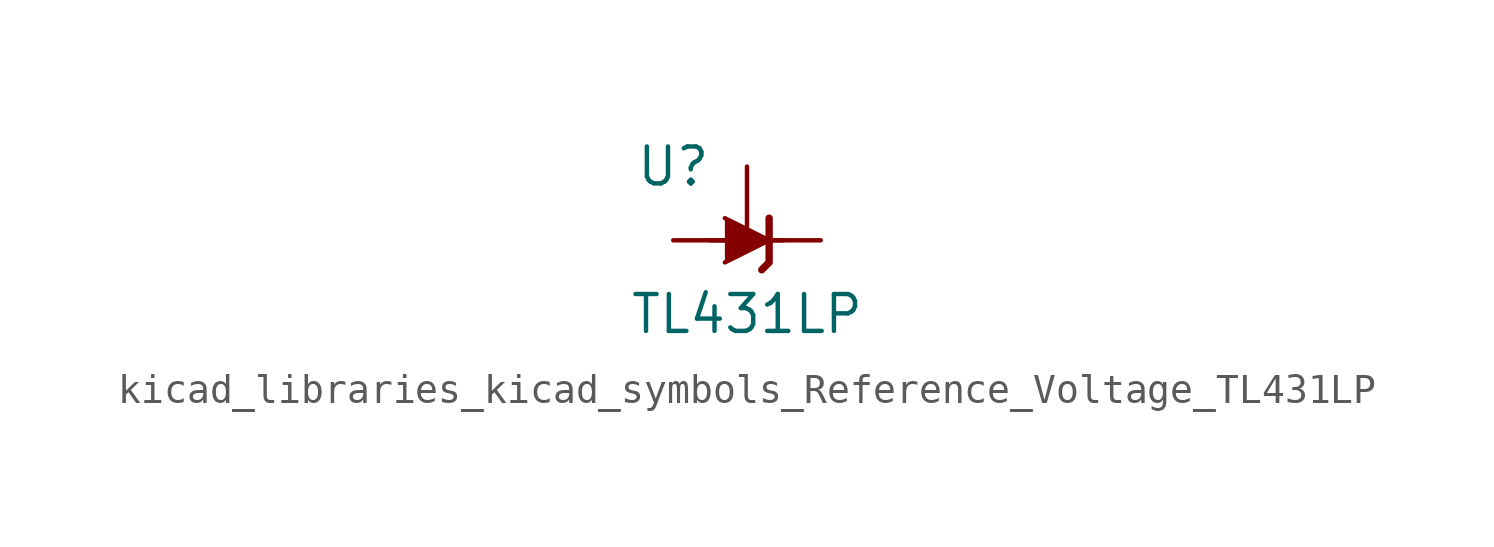
<source format=kicad_sym>
(kicad_symbol_lib
  (version 20220914)
  (generator kicad_symbol_editor)
  (symbol "kicad_libraries_kicad_symbols_Reference_Voltage_TL431LP"
    (pin_numbers hide)
    (pin_names hide)
    (property "Reference" "U"
      (at -2.54 2.54 0)
      (effects (font (size 1.27 1.27))))
    (property "Value" "TL431LP"
      (at 0 -2.54 0)
      (effects (font (size 1.27 1.27))))
    (symbol "kicad_libraries_kicad_symbols_Reference_Voltage_TL431LP_0_1"
      (polyline (pts (xy -1.27 0) (xy 0 0) (xy 1.27 0)) (stroke (width 0) (type default)) (fill (type none)))
      (polyline (pts (xy -0.762 0.762) (xy 0.762 0) (xy -0.762 -0.762)) (stroke (width 0) (type default)) (fill (type outline)))
      (polyline (pts (xy 0.508 -1.016) (xy 0.762 -0.762) (xy 0.762 0.762) (xy 0.762 0.762)) (stroke (width 0.254) (type default)) (fill (type none))))
    (symbol "kicad_libraries_kicad_symbols_Reference_Voltage_TL431LP_1_1"
      (pin passive line (at 0 2.54 270) (length 2.54) (name "REF" (effects (font (size 1.27 1.27)))) (number "1" (effects (font (size 1.27 1.27)))))
      (pin passive line (at -2.54 0 0) (length 2.54) (name "A" (effects (font (size 1.27 1.27)))) (number "2" (effects (font (size 1.27 1.27)))))
      (pin passive line (at 2.54 0 180) (length 2.54) (name "K" (effects (font (size 1.27 1.27)))) (number "3" (effects (font (size 1.27 1.27))))))))
</source>
